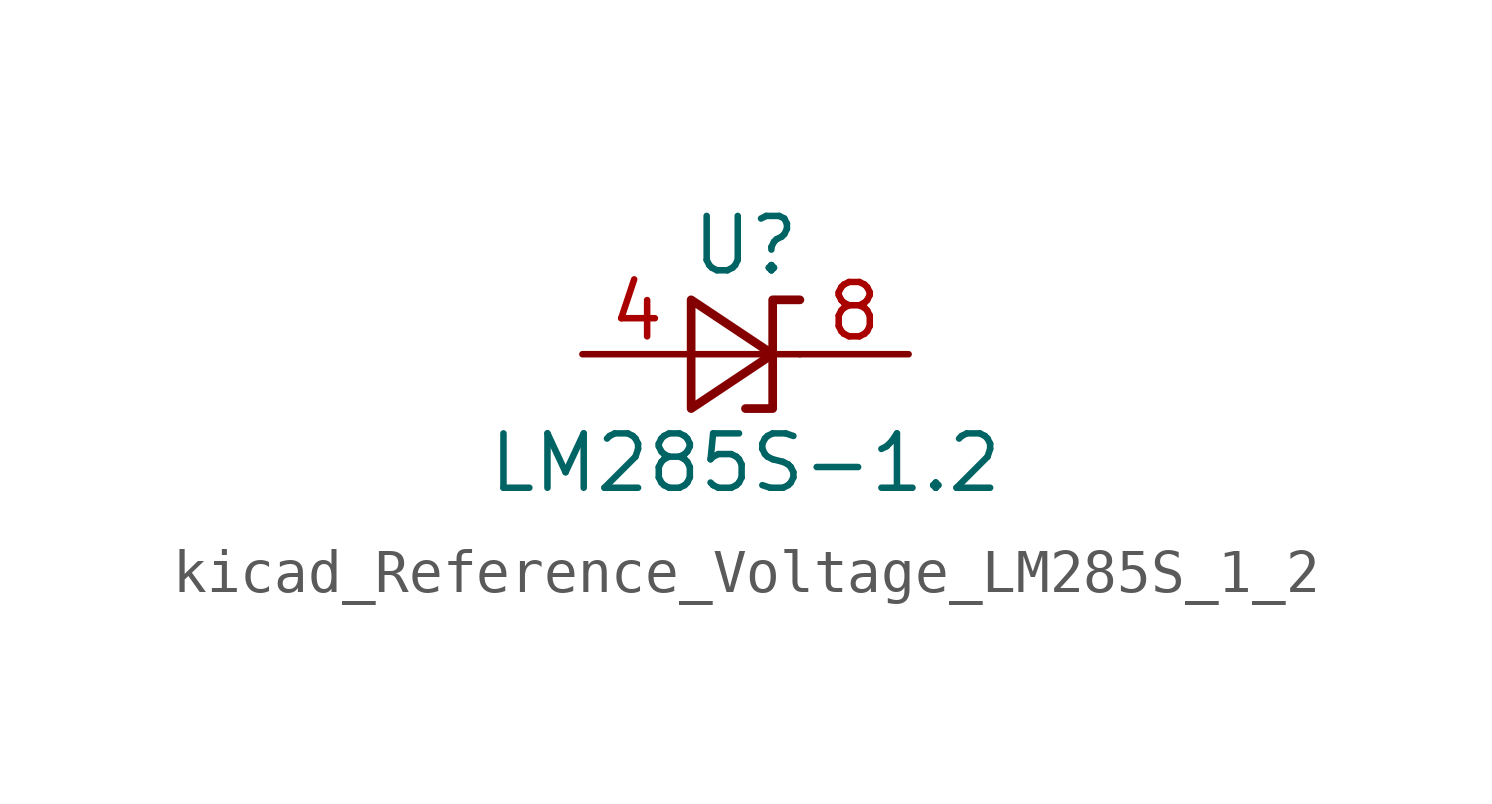
<source format=kicad_sym>
(kicad_symbol_lib
  (version 20220914)
  (generator kicad_symbol_editor)
  (symbol "kicad_Reference_Voltage_LM285S_1_2"
    (pin_names
      (offset 0.025) hide)
    (property "Reference" "U"
      (at 0 2.54 0)
      (effects (font (size 1.27 1.27))))
    (property "Value" "LM285S-1.2"
      (at 0 -2.54 0)
      (effects (font (size 1.27 1.27))))
    (symbol "kicad_Reference_Voltage_LM285S_1_2_0_1"
      (polyline (pts (xy -1.27 0) (xy 0 0) (xy 1.27 0)) (stroke (width 0) (type default)) (fill (type none)))
      (polyline (pts (xy -1.27 -1.27) (xy 0.635 0) (xy -1.27 1.27) (xy -1.27 -1.27)) (stroke (width 0.203) (type default)) (fill (type none)))
      (polyline (pts (xy 0 -1.27) (xy 0.635 -1.27) (xy 0.635 1.27) (xy 1.27 1.27)) (stroke (width 0.203) (type default)) (fill (type none))))
    (symbol "kicad_Reference_Voltage_LM285S_1_2_1_1"
      (pin passive line (at -3.81 0 0) (length 2.54) (name "A" (effects (font (size 1.27 1.27)))) (number "4" (effects (font (size 1.27 1.27)))))
      (pin passive line (at 3.81 0 180) (length 2.54) hide (name "K" (effects (font (size 1.27 1.27)))) (number "6" (effects (font (size 1.27 1.27)))))
      (pin passive line (at 3.81 0 180) (length 2.54) (name "K" (effects (font (size 1.27 1.27)))) (number "8" (effects (font (size 1.27 1.27))))))))
</source>
